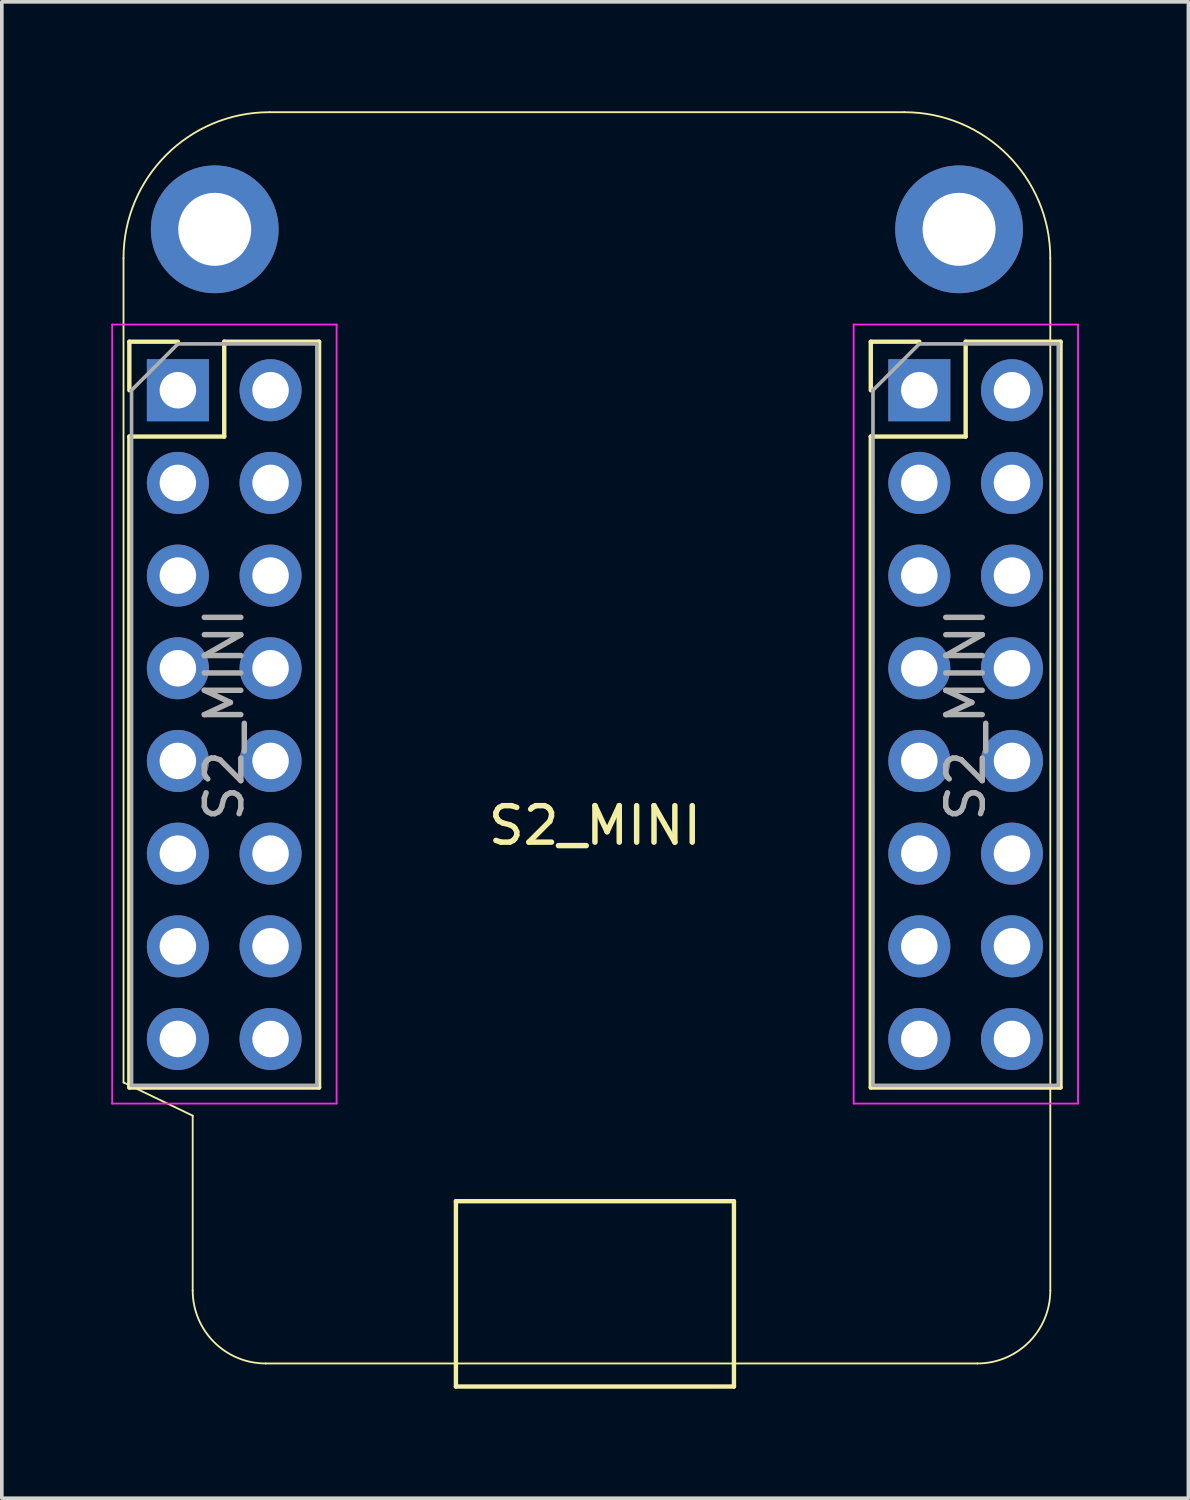
<source format=kicad_pcb>
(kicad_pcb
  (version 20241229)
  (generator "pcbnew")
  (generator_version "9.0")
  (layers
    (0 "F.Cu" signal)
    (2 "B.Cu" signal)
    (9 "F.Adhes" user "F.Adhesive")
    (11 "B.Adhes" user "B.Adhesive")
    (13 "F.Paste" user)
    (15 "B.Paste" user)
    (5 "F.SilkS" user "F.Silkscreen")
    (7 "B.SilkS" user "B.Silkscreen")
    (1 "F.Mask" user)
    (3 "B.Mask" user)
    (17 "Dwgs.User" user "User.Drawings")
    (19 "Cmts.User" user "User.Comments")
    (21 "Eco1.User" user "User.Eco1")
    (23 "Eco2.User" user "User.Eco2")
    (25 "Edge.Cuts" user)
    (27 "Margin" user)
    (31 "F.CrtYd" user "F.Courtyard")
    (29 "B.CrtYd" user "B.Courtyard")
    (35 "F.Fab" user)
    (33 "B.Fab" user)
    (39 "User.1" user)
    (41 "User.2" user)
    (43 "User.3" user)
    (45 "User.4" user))
  (footprint "S2_MINI"
    (layer "F.Cu")
    (at 13.255 19.075)
    (property "Reference" "S2_MINI" (at 0 0.5 0) (layer "F.SilkS") (effects (font (size 1 1) (thickness 0.15))))
    (attr through_hole)
    (fp_line (start -12.92 -15.05) (end -12.92 7.541) (stroke (width 0.05) (type solid)) (layer "F.SilkS"))
    (fp_line (start -12.92 7.541) (end -11.024 8.452) (stroke (width 0.05) (type solid)) (layer "F.SilkS"))
    (fp_line (start -12.76 -12.76) (end -11.43 -12.76) (stroke (width 0.12) (type solid)) (layer "F.SilkS"))
    (fp_line (start -12.76 -11.43) (end -12.76 -12.76) (stroke (width 0.12) (type solid)) (layer "F.SilkS"))
    (fp_line (start -12.76 -10.16) (end -12.76 7.68) (stroke (width 0.12) (type solid)) (layer "F.SilkS"))
    (fp_line (start -12.76 -10.16) (end -10.16 -10.16) (stroke (width 0.12) (type solid)) (layer "F.SilkS"))
    (fp_line (start -12.76 7.68) (end -7.56 7.68) (stroke (width 0.12) (type solid)) (layer "F.SilkS"))
    (fp_line (start -11.024 8.452) (end -11.024 13.243) (stroke (width 0.05) (type solid)) (layer "F.SilkS"))
    (fp_line (start -10.16 -12.76) (end -7.56 -12.76) (stroke (width 0.12) (type solid)) (layer "F.SilkS"))
    (fp_line (start -10.16 -10.16) (end -10.16 -12.76) (stroke (width 0.12) (type solid)) (layer "F.SilkS"))
    (fp_line (start -9.024 15.243) (end 10.48 15.243) (stroke (width 0.05) (type solid)) (layer "F.SilkS"))
    (fp_line (start -7.56 -12.76) (end -7.56 7.68) (stroke (width 0.12) (type solid)) (layer "F.SilkS"))
    (fp_line (start -3.81 10.795) (end -3.81 15.875) (stroke (width 0.12) (type solid)) (layer "F.SilkS"))
    (fp_line (start -3.81 15.875) (end 3.81 15.875) (stroke (width 0.12) (type solid)) (layer "F.SilkS"))
    (fp_line (start 3.81 10.795) (end -3.81 10.795) (stroke (width 0.12) (type solid)) (layer "F.SilkS"))
    (fp_line (start 3.81 15.875) (end 3.81 10.795) (stroke (width 0.12) (type solid)) (layer "F.SilkS"))
    (fp_line (start 7.56 -12.76) (end 8.89 -12.76) (stroke (width 0.12) (type solid)) (layer "F.SilkS"))
    (fp_line (start 7.56 -11.43) (end 7.56 -12.76) (stroke (width 0.12) (type solid)) (layer "F.SilkS"))
    (fp_line (start 7.56 -10.16) (end 7.56 7.68) (stroke (width 0.12) (type solid)) (layer "F.SilkS"))
    (fp_line (start 7.56 -10.16) (end 10.16 -10.16) (stroke (width 0.12) (type solid)) (layer "F.SilkS"))
    (fp_line (start 7.56 7.68) (end 12.76 7.68) (stroke (width 0.12) (type solid)) (layer "F.SilkS"))
    (fp_line (start 8.48 -19.05) (end -8.92 -19.05) (stroke (width 0.05) (type solid)) (layer "F.SilkS"))
    (fp_line (start 10.16 -12.76) (end 12.76 -12.76) (stroke (width 0.12) (type solid)) (layer "F.SilkS"))
    (fp_line (start 10.16 -10.16) (end 10.16 -12.76) (stroke (width 0.12) (type solid)) (layer "F.SilkS"))
    (fp_line (start 12.48 13.243) (end 12.48 -15.05) (stroke (width 0.05) (type solid)) (layer "F.SilkS"))
    (fp_line (start 12.76 -12.76) (end 12.76 7.68) (stroke (width 0.12) (type solid)) (layer "F.SilkS"))
    (fp_arc (start -12.92 -15.05) (mid -11.748427 -17.878427) (end -8.92 -19.05) (stroke (width 0.05) (type solid)) (layer "F.SilkS"))
    (fp_arc (start -9.023819 15.242939) (mid -10.438033 14.657153) (end -11.023819 13.242939) (stroke (width 0.05) (type solid)) (layer "F.SilkS"))
    (fp_arc (start 8.48 -19.05) (mid 11.308427 -17.878427) (end 12.48 -15.05) (stroke (width 0.05) (type solid)) (layer "F.SilkS"))
    (fp_arc (start 12.48 13.242939) (mid 11.894214 14.657153) (end 10.48 15.242939) (stroke (width 0.05) (type solid)) (layer "F.SilkS"))
    (fp_line (start -13.23 -13.23) (end -13.23 8.12) (stroke (width 0.05) (type solid)) (layer "F.CrtYd"))
    (fp_line (start -13.23 8.12) (end -7.08 8.12) (stroke (width 0.05) (type solid)) (layer "F.CrtYd"))
    (fp_line (start -7.08 -13.23) (end -13.23 -13.23) (stroke (width 0.05) (type solid)) (layer "F.CrtYd"))
    (fp_line (start -7.08 8.12) (end -7.08 -13.23) (stroke (width 0.05) (type solid)) (layer "F.CrtYd"))
    (fp_line (start 7.09 -13.23) (end 7.09 8.12) (stroke (width 0.05) (type solid)) (layer "F.CrtYd"))
    (fp_line (start 7.09 8.12) (end 13.24 8.12) (stroke (width 0.05) (type solid)) (layer "F.CrtYd"))
    (fp_line (start 13.24 -13.23) (end 7.09 -13.23) (stroke (width 0.05) (type solid)) (layer "F.CrtYd"))
    (fp_line (start 13.24 8.12) (end 13.24 -13.23) (stroke (width 0.05) (type solid)) (layer "F.CrtYd"))
    (fp_line (start -12.7 -11.43) (end -11.43 -12.7) (stroke (width 0.1) (type solid)) (layer "F.Fab"))
    (fp_line (start -12.7 7.62) (end -12.7 -11.43) (stroke (width 0.1) (type solid)) (layer "F.Fab"))
    (fp_line (start -11.43 -12.7) (end -7.62 -12.7) (stroke (width 0.1) (type solid)) (layer "F.Fab"))
    (fp_line (start -7.62 -12.7) (end -7.62 7.62) (stroke (width 0.1) (type solid)) (layer "F.Fab"))
    (fp_line (start -7.62 7.62) (end -12.7 7.62) (stroke (width 0.1) (type solid)) (layer "F.Fab"))
    (fp_line (start 7.62 -11.43) (end 8.89 -12.7) (stroke (width 0.1) (type solid)) (layer "F.Fab"))
    (fp_line (start 7.62 7.62) (end 7.62 -11.43) (stroke (width 0.1) (type solid)) (layer "F.Fab"))
    (fp_line (start 8.89 -12.7) (end 12.7 -12.7) (stroke (width 0.1) (type solid)) (layer "F.Fab"))
    (fp_line (start 12.7 -12.7) (end 12.7 7.62) (stroke (width 0.1) (type solid)) (layer "F.Fab"))
    (fp_line (start 12.7 7.62) (end 7.62 7.62) (stroke (width 0.1) (type solid)) (layer "F.Fab"))
    (fp_text user "${REFERENCE}" (at -10.16 -2.54 90) (layer "F.Fab") (effects (font (size 1 1) (thickness 0.15))))
    (fp_text user "${REFERENCE}" (at 10.16 -2.54 90) (layer "F.Fab") (effects (font (size 1 1) (thickness 0.15))))
    (pad "1" thru_hole rect (at -11.43 -11.43) (size 1.7 1.7) (drill 1) (layers "*.Cu" "*.Mask"))
    (pad "2" thru_hole oval (at -11.43 -8.89) (size 1.7 1.7) (drill 1) (layers "*.Cu" "*.Mask"))
    (pad "3" thru_hole oval (at -11.43 -6.35) (size 1.7 1.7) (drill 1) (layers "*.Cu" "*.Mask"))
    (pad "4" thru_hole oval (at -11.43 -3.81) (size 1.7 1.7) (drill 1) (layers "*.Cu" "*.Mask"))
    (pad "5" thru_hole oval (at -11.43 -1.27) (size 1.7 1.7) (drill 1) (layers "*.Cu" "*.Mask"))
    (pad "6" thru_hole oval (at -11.43 1.27) (size 1.7 1.7) (drill 1) (layers "*.Cu" "*.Mask"))
    (pad "7" thru_hole oval (at -11.43 3.81) (size 1.7 1.7) (drill 1) (layers "*.Cu" "*.Mask"))
    (pad "8" thru_hole oval (at -11.43 6.35) (size 1.7 1.7) (drill 1) (layers "*.Cu" "*.Mask"))
    (pad "9" thru_hole oval (at -8.89 -11.43) (size 1.7 1.7) (drill 1) (layers "*.Cu" "*.Mask"))
    (pad "10" thru_hole oval (at -8.89 -8.89) (size 1.7 1.7) (drill 1) (layers "*.Cu" "*.Mask"))
    (pad "11" thru_hole oval (at -8.89 -6.35) (size 1.7 1.7) (drill 1) (layers "*.Cu" "*.Mask"))
    (pad "12" thru_hole oval (at -8.89 -3.81) (size 1.7 1.7) (drill 1) (layers "*.Cu" "*.Mask"))
    (pad "13" thru_hole oval (at -8.89 -1.27) (size 1.7 1.7) (drill 1) (layers "*.Cu" "*.Mask"))
    (pad "14" thru_hole oval (at -8.89 1.27) (size 1.7 1.7) (drill 1) (layers "*.Cu" "*.Mask"))
    (pad "15" thru_hole oval (at -8.89 3.81) (size 1.7 1.7) (drill 1) (layers "*.Cu" "*.Mask"))
    (pad "16" thru_hole oval (at -8.89 6.35) (size 1.7 1.7) (drill 1) (layers "*.Cu" "*.Mask"))
    (pad "17" thru_hole rect (at 8.89 -11.43) (size 1.7 1.7) (drill 1) (layers "*.Cu" "*.Mask"))
    (pad "18" thru_hole oval (at 8.89 -8.89) (size 1.7 1.7) (drill 1) (layers "*.Cu" "*.Mask"))
    (pad "19" thru_hole oval (at 8.89 -6.35) (size 1.7 1.7) (drill 1) (layers "*.Cu" "*.Mask"))
    (pad "20" thru_hole oval (at 8.89 -3.81) (size 1.7 1.7) (drill 1) (layers "*.Cu" "*.Mask"))
    (pad "21" thru_hole oval (at 8.89 -1.27) (size 1.7 1.7) (drill 1) (layers "*.Cu" "*.Mask"))
    (pad "22" thru_hole oval (at 8.89 1.27) (size 1.7 1.7) (drill 1) (layers "*.Cu" "*.Mask"))
    (pad "23" thru_hole oval (at 8.89 3.81) (size 1.7 1.7) (drill 1) (layers "*.Cu" "*.Mask"))
    (pad "24" thru_hole oval (at 8.89 6.35) (size 1.7 1.7) (drill 1) (layers "*.Cu" "*.Mask"))
    (pad "25" thru_hole oval (at 11.43 -11.43) (size 1.7 1.7) (drill 1) (layers "*.Cu" "*.Mask"))
    (pad "26" thru_hole oval (at 11.43 -8.89) (size 1.7 1.7) (drill 1) (layers "*.Cu" "*.Mask"))
    (pad "27" thru_hole oval (at 11.43 -6.35) (size 1.7 1.7) (drill 1) (layers "*.Cu" "*.Mask"))
    (pad "28" thru_hole oval (at 11.43 -3.81) (size 1.7 1.7) (drill 1) (layers "*.Cu" "*.Mask"))
    (pad "29" thru_hole oval (at 11.43 -1.27) (size 1.7 1.7) (drill 1) (layers "*.Cu" "*.Mask"))
    (pad "30" thru_hole oval (at 11.43 1.27) (size 1.7 1.7) (drill 1) (layers "*.Cu" "*.Mask"))
    (pad "31" thru_hole oval (at 11.43 3.81) (size 1.7 1.7) (drill 1) (layers "*.Cu" "*.Mask"))
    (pad "32" thru_hole oval (at 11.43 6.35) (size 1.7 1.7) (drill 1) (layers "*.Cu" "*.Mask"))
    (pad "~" thru_hole circle (at -10.42 -15.84) (size 3.5 3.5) (drill 2) (layers "*.Cu" "*.Mask"))
    (pad "~" thru_hole circle (at 9.98 -15.84) (size 3.5 3.5) (drill 2) (layers "*.Cu" "*.Mask")))
  (gr_rect
    (start -3 -3)
    (end 29.52 38.01)
    (stroke (width 0.1) (type default))
    (fill no)
    (layer "Edge.Cuts")))
</source>
